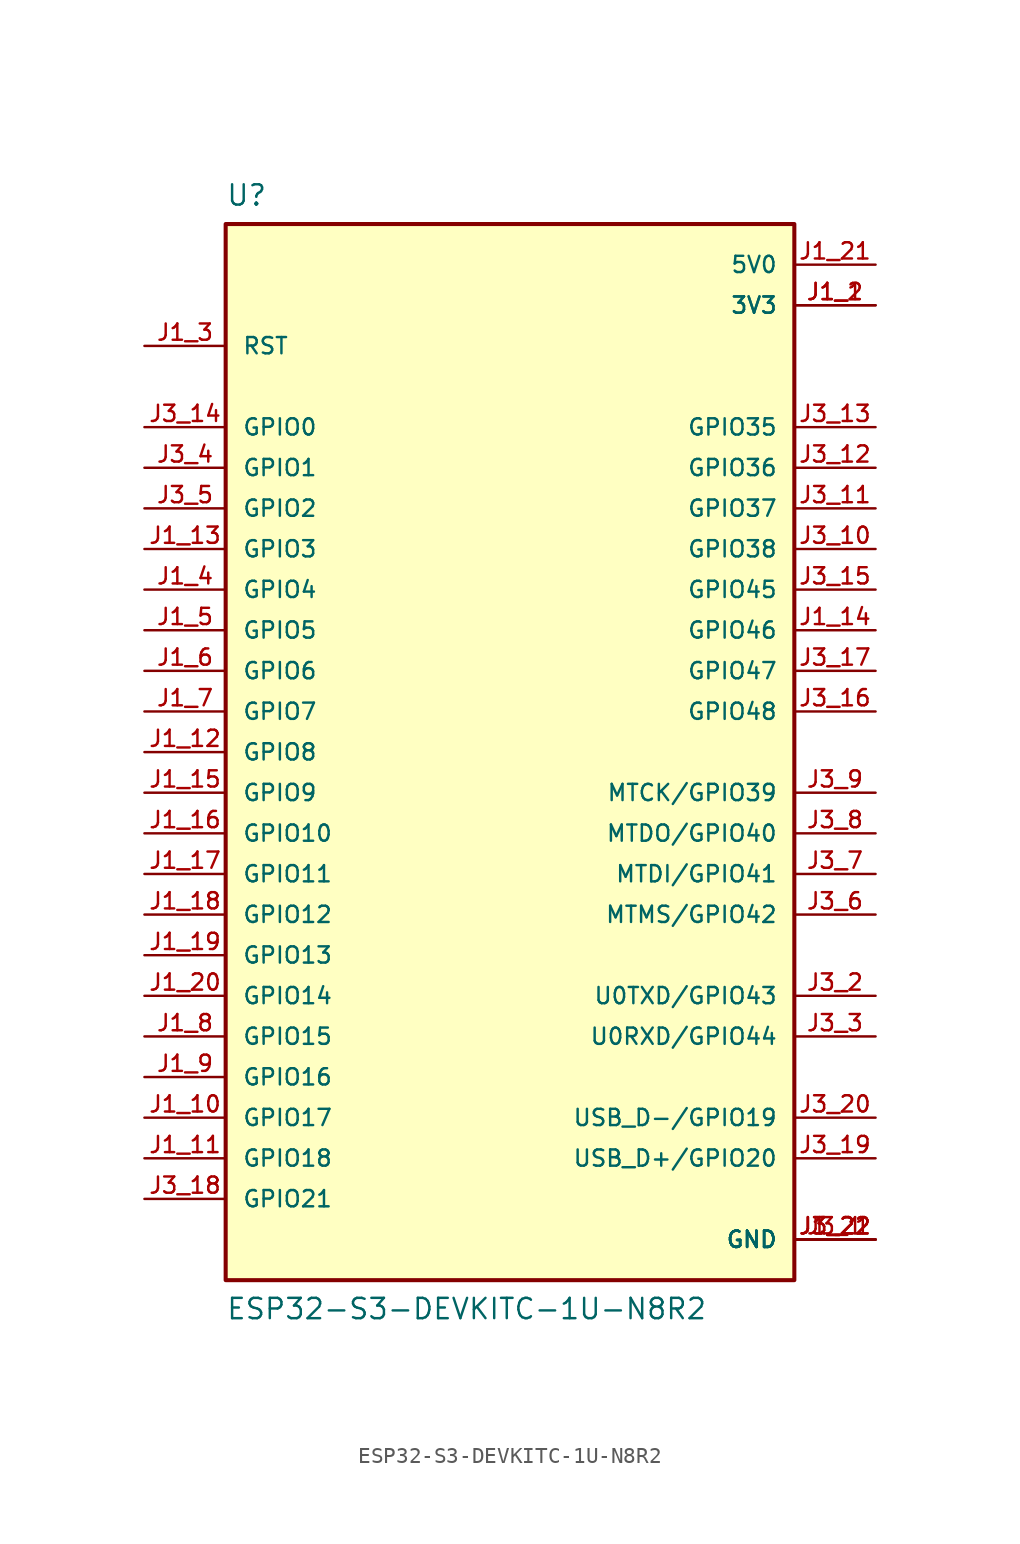
<source format=kicad_sym>
(kicad_symbol_lib
  (version 20211014)
  (generator kicad_symbol_editor)
  (symbol "ESP32-S3-DEVKITC-1U-N8R2"
    (pin_names
      (offset 1.016))
    (property "Reference" "U"
      (at -17.78 35.56 0)
      (effects (font (size 1.27 1.27)) (justify top left)))
    (property "Value" "ESP32-S3-DEVKITC-1U-N8R2"
      (at -17.78 -35.56 0)
      (effects (font (size 1.27 1.27)) (justify bottom left)))
    (symbol "ESP32-S3-DEVKITC-1U-N8R2_0_0"
      (rectangle (start -17.78 -33.02) (end 17.78 33.02) (stroke (width 0.254)) (fill (type background)))
      (pin power_in line (at 22.86 27.94 180.0) (length 5.08) (name "3V3" (effects (font (size 1.016 1.016)))) (number "J1_1" (effects (font (size 1.016 1.016)))))
      (pin power_in line (at 22.86 27.94 180.0) (length 5.08) (name "3V3" (effects (font (size 1.016 1.016)))) (number "J1_2" (effects (font (size 1.016 1.016)))))
      (pin input line (at -22.86 25.4 0) (length 5.08) (name "RST" (effects (font (size 1.016 1.016)))) (number "J1_3" (effects (font (size 1.016 1.016)))))
      (pin bidirectional line (at -22.86 17.78 0) (length 5.08) (name "GPIO1" (effects (font (size 1.016 1.016)))) (number "J3_4" (effects (font (size 1.016 1.016)))))
      (pin bidirectional line (at -22.86 15.24 0) (length 5.08) (name "GPIO2" (effects (font (size 1.016 1.016)))) (number "J3_5" (effects (font (size 1.016 1.016)))))
      (pin bidirectional line (at -22.86 10.16 0) (length 5.08) (name "GPIO4" (effects (font (size 1.016 1.016)))) (number "J1_4" (effects (font (size 1.016 1.016)))))
      (pin bidirectional line (at -22.86 12.7 0) (length 5.08) (name "GPIO3" (effects (font (size 1.016 1.016)))) (number "J1_13" (effects (font (size 1.016 1.016)))))
      (pin bidirectional line (at -22.86 7.62 0) (length 5.08) (name "GPIO5" (effects (font (size 1.016 1.016)))) (number "J1_5" (effects (font (size 1.016 1.016)))))
      (pin bidirectional line (at -22.86 5.08 0) (length 5.08) (name "GPIO6" (effects (font (size 1.016 1.016)))) (number "J1_6" (effects (font (size 1.016 1.016)))))
      (pin bidirectional line (at -22.86 2.54 0) (length 5.08) (name "GPIO7" (effects (font (size 1.016 1.016)))) (number "J1_7" (effects (font (size 1.016 1.016)))))
      (pin bidirectional line (at -22.86 0.0 0) (length 5.08) (name "GPIO8" (effects (font (size 1.016 1.016)))) (number "J1_12" (effects (font (size 1.016 1.016)))))
      (pin bidirectional line (at -22.86 -2.54 0) (length 5.08) (name "GPIO9" (effects (font (size 1.016 1.016)))) (number "J1_15" (effects (font (size 1.016 1.016)))))
      (pin bidirectional line (at -22.86 -5.08 0) (length 5.08) (name "GPIO10" (effects (font (size 1.016 1.016)))) (number "J1_16" (effects (font (size 1.016 1.016)))))
      (pin bidirectional line (at -22.86 -7.62 0) (length 5.08) (name "GPIO11" (effects (font (size 1.016 1.016)))) (number "J1_17" (effects (font (size 1.016 1.016)))))
      (pin bidirectional line (at -22.86 -10.16 0) (length 5.08) (name "GPIO12" (effects (font (size 1.016 1.016)))) (number "J1_18" (effects (font (size 1.016 1.016)))))
      (pin bidirectional line (at -22.86 -12.7 0) (length 5.08) (name "GPIO13" (effects (font (size 1.016 1.016)))) (number "J1_19" (effects (font (size 1.016 1.016)))))
      (pin bidirectional line (at -22.86 -15.24 0) (length 5.08) (name "GPIO14" (effects (font (size 1.016 1.016)))) (number "J1_20" (effects (font (size 1.016 1.016)))))
      (pin bidirectional line (at -22.86 -17.78 0) (length 5.08) (name "GPIO15" (effects (font (size 1.016 1.016)))) (number "J1_8" (effects (font (size 1.016 1.016)))))
      (pin bidirectional line (at -22.86 -20.32 0) (length 5.08) (name "GPIO16" (effects (font (size 1.016 1.016)))) (number "J1_9" (effects (font (size 1.016 1.016)))))
      (pin bidirectional line (at -22.86 -22.86 0) (length 5.08) (name "GPIO17" (effects (font (size 1.016 1.016)))) (number "J1_10" (effects (font (size 1.016 1.016)))))
      (pin bidirectional line (at -22.86 -25.4 0) (length 5.08) (name "GPIO18" (effects (font (size 1.016 1.016)))) (number "J1_11" (effects (font (size 1.016 1.016)))))
      (pin bidirectional line (at -22.86 20.32 0) (length 5.08) (name "GPIO0" (effects (font (size 1.016 1.016)))) (number "J3_14" (effects (font (size 1.016 1.016)))))
      (pin power_in line (at 22.86 -30.48 180.0) (length 5.08) (name "GND" (effects (font (size 1.016 1.016)))) (number "J1_22" (effects (font (size 1.016 1.016)))))
      (pin power_in line (at 22.86 -30.48 180.0) (length 5.08) (name "GND" (effects (font (size 1.016 1.016)))) (number "J3_1" (effects (font (size 1.016 1.016)))))
      (pin power_in line (at 22.86 -30.48 180.0) (length 5.08) (name "GND" (effects (font (size 1.016 1.016)))) (number "J3_21" (effects (font (size 1.016 1.016)))))
      (pin power_in line (at 22.86 -30.48 180.0) (length 5.08) (name "GND" (effects (font (size 1.016 1.016)))) (number "J3_22" (effects (font (size 1.016 1.016)))))
      (pin power_in line (at 22.86 30.48 180.0) (length 5.08) (name "5V0" (effects (font (size 1.016 1.016)))) (number "J1_21" (effects (font (size 1.016 1.016)))))
      (pin bidirectional line (at 22.86 2.54 180.0) (length 5.08) (name "GPIO48" (effects (font (size 1.016 1.016)))) (number "J3_16" (effects (font (size 1.016 1.016)))))
      (pin bidirectional line (at 22.86 5.08 180.0) (length 5.08) (name "GPIO47" (effects (font (size 1.016 1.016)))) (number "J3_17" (effects (font (size 1.016 1.016)))))
      (pin bidirectional line (at 22.86 7.62 180.0) (length 5.08) (name "GPIO46" (effects (font (size 1.016 1.016)))) (number "J1_14" (effects (font (size 1.016 1.016)))))
      (pin bidirectional line (at 22.86 10.16 180.0) (length 5.08) (name "GPIO45" (effects (font (size 1.016 1.016)))) (number "J3_15" (effects (font (size 1.016 1.016)))))
      (pin bidirectional line (at -22.86 -27.94 0) (length 5.08) (name "GPIO21" (effects (font (size 1.016 1.016)))) (number "J3_18" (effects (font (size 1.016 1.016)))))
      (pin bidirectional line (at 22.86 -25.4 180.0) (length 5.08) (name "USB_D+/GPIO20" (effects (font (size 1.016 1.016)))) (number "J3_19" (effects (font (size 1.016 1.016)))))
      (pin bidirectional line (at 22.86 -22.86 180.0) (length 5.08) (name "USB_D-/GPIO19" (effects (font (size 1.016 1.016)))) (number "J3_20" (effects (font (size 1.016 1.016)))))
      (pin bidirectional line (at 22.86 -17.78 180.0) (length 5.08) (name "U0RXD/GPIO44" (effects (font (size 1.016 1.016)))) (number "J3_3" (effects (font (size 1.016 1.016)))))
      (pin bidirectional line (at 22.86 -15.24 180.0) (length 5.08) (name "U0TXD/GPIO43" (effects (font (size 1.016 1.016)))) (number "J3_2" (effects (font (size 1.016 1.016)))))
      (pin bidirectional line (at 22.86 -10.16 180.0) (length 5.08) (name "MTMS/GPIO42" (effects (font (size 1.016 1.016)))) (number "J3_6" (effects (font (size 1.016 1.016)))))
      (pin bidirectional line (at 22.86 -7.62 180.0) (length 5.08) (name "MTDI/GPIO41" (effects (font (size 1.016 1.016)))) (number "J3_7" (effects (font (size 1.016 1.016)))))
      (pin bidirectional line (at 22.86 -5.08 180.0) (length 5.08) (name "MTDO/GPIO40" (effects (font (size 1.016 1.016)))) (number "J3_8" (effects (font (size 1.016 1.016)))))
      (pin bidirectional line (at 22.86 -2.54 180.0) (length 5.08) (name "MTCK/GPIO39" (effects (font (size 1.016 1.016)))) (number "J3_9" (effects (font (size 1.016 1.016)))))
      (pin bidirectional line (at 22.86 12.7 180.0) (length 5.08) (name "GPIO38" (effects (font (size 1.016 1.016)))) (number "J3_10" (effects (font (size 1.016 1.016)))))
      (pin bidirectional line (at 22.86 15.24 180.0) (length 5.08) (name "GPIO37" (effects (font (size 1.016 1.016)))) (number "J3_11" (effects (font (size 1.016 1.016)))))
      (pin bidirectional line (at 22.86 17.78 180.0) (length 5.08) (name "GPIO36" (effects (font (size 1.016 1.016)))) (number "J3_12" (effects (font (size 1.016 1.016)))))
      (pin bidirectional line (at 22.86 20.32 180.0) (length 5.08) (name "GPIO35" (effects (font (size 1.016 1.016)))) (number "J3_13" (effects (font (size 1.016 1.016))))))))
</source>
